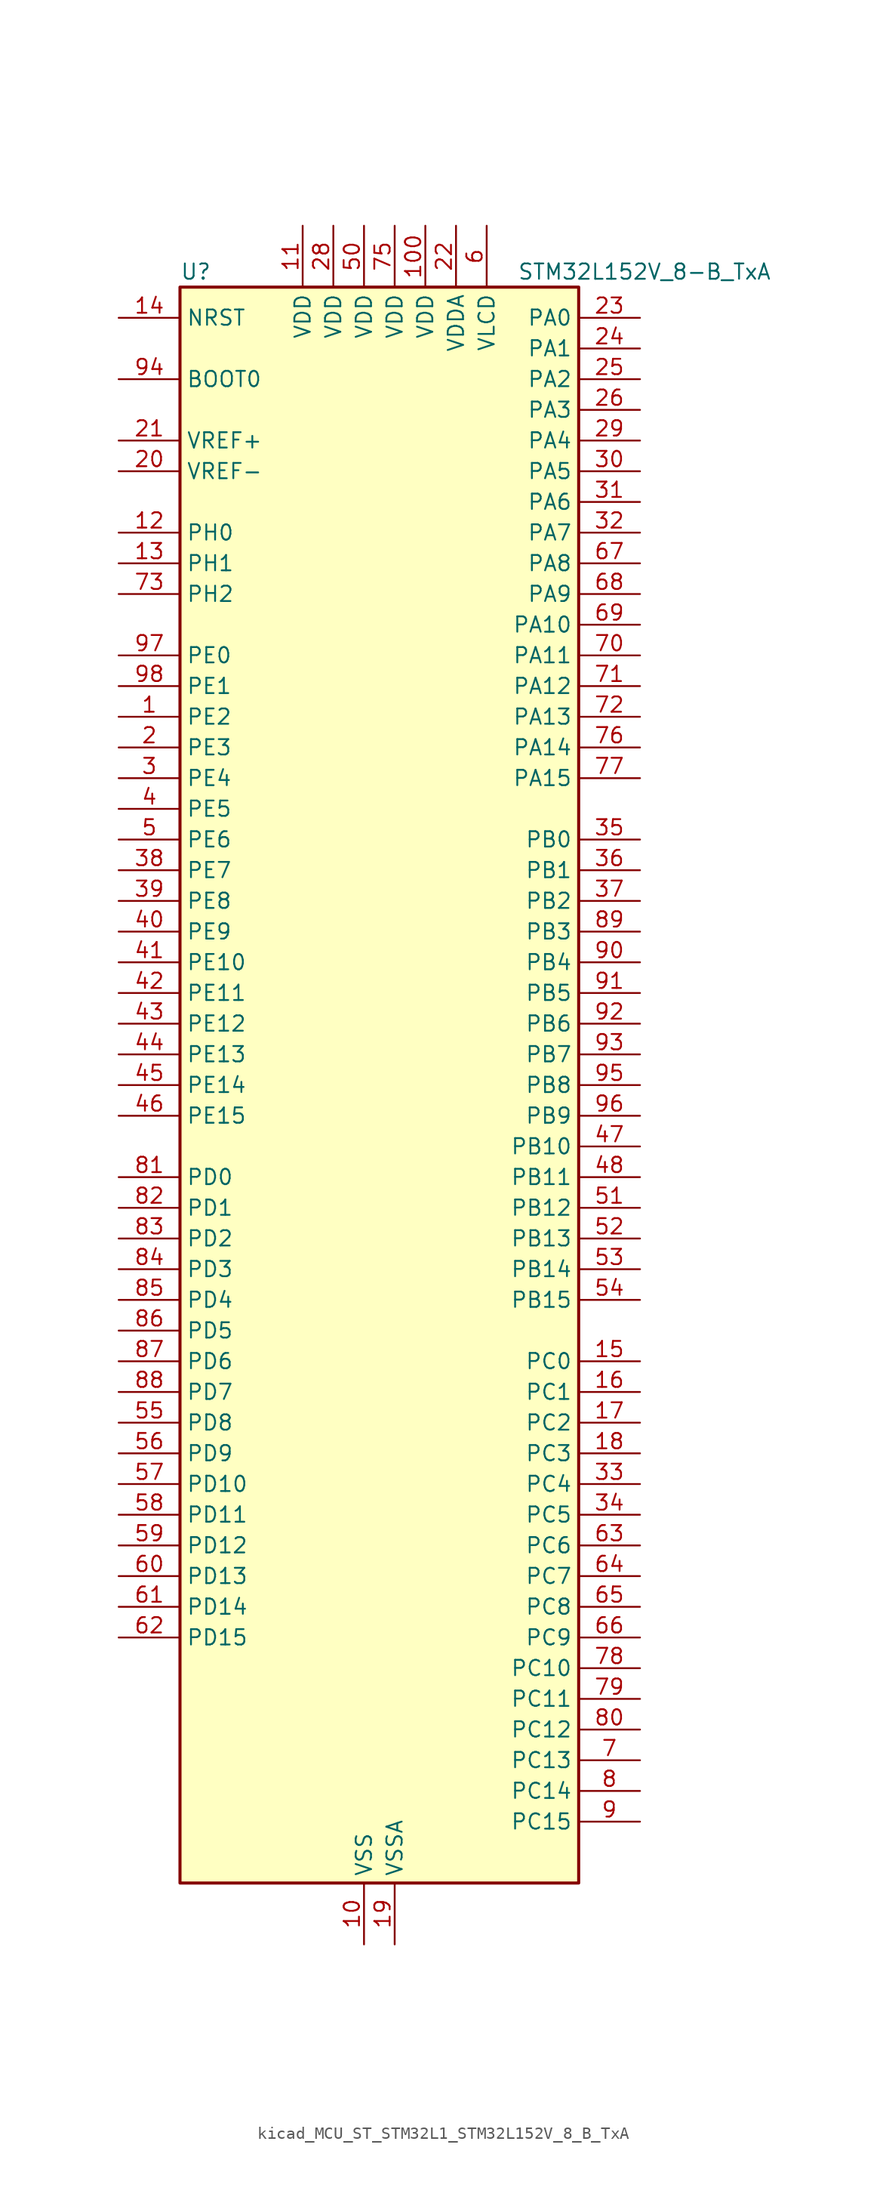
<source format=kicad_sym>
(kicad_symbol_lib
  (version 20220914)
  (generator kicad_symbol_editor)
  (symbol "kicad_MCU_ST_STM32L1_STM32L152V_8_B_TxA"
    (property "Reference" "U"
      (at -15.24 67.31 0)
      (effects (font (size 1.27 1.27)) (justify left)))
    (property "Value" "STM32L152V_8-B_TxA"
      (at 12.7 67.31 0)
      (effects (font (size 1.27 1.27)) (justify left)))
    (property "ki_locked" ""
      (at 0 0 0)
      (effects (font (size 1.27 1.27))))
    (symbol "kicad_MCU_ST_STM32L1_STM32L152V_8_B_TxA_0_1"
      (rectangle (start -15.24 -66.04) (end 17.78 66.04) (stroke (width 0.254) (type default)) (fill (type background))))
    (symbol "kicad_MCU_ST_STM32L1_STM32L152V_8_B_TxA_1_1"
      (pin bidirectional line (at -20.32 30.48 0) (length 5.08) (name "PE2" (effects (font (size 1.27 1.27)))) (number "1" (effects (font (size 1.27 1.27)))) (alternate "LCD_SEG38" bidirectional line) (alternate "SYS_TRACECK" bidirectional line) (alternate "TIM3_ETR" bidirectional line) (alternate "TIMX_IC3" bidirectional line))
      (pin power_in line (at 0 -71.12 90) (length 5.08) (name "VSS" (effects (font (size 1.27 1.27)))) (number "10" (effects (font (size 1.27 1.27)))))
      (pin power_in line (at 5.08 71.12 270) (length 5.08) (name "VDD" (effects (font (size 1.27 1.27)))) (number "100" (effects (font (size 1.27 1.27)))))
      (pin power_in line (at -5.08 71.12 270) (length 5.08) (name "VDD" (effects (font (size 1.27 1.27)))) (number "11" (effects (font (size 1.27 1.27)))))
      (pin bidirectional line (at -20.32 45.72 0) (length 5.08) (name "PH0" (effects (font (size 1.27 1.27)))) (number "12" (effects (font (size 1.27 1.27)))) (alternate "RCC_OSC_IN" bidirectional line))
      (pin bidirectional line (at -20.32 43.18 0) (length 5.08) (name "PH1" (effects (font (size 1.27 1.27)))) (number "13" (effects (font (size 1.27 1.27)))) (alternate "RCC_OSC_OUT" bidirectional line))
      (pin input line (at -20.32 63.5 0) (length 5.08) (name "NRST" (effects (font (size 1.27 1.27)))) (number "14" (effects (font (size 1.27 1.27)))))
      (pin bidirectional line (at 22.86 -22.86 180) (length 5.08) (name "PC0" (effects (font (size 1.27 1.27)))) (number "15" (effects (font (size 1.27 1.27)))) (alternate "ADC_IN10" bidirectional line) (alternate "COMP1_INP" bidirectional line) (alternate "LCD_SEG18" bidirectional line) (alternate "TIMX_IC1" bidirectional line) (alternate "TS_G8_IO1" bidirectional line))
      (pin bidirectional line (at 22.86 -25.4 180) (length 5.08) (name "PC1" (effects (font (size 1.27 1.27)))) (number "16" (effects (font (size 1.27 1.27)))) (alternate "ADC_IN11" bidirectional line) (alternate "COMP1_INP" bidirectional line) (alternate "LCD_SEG19" bidirectional line) (alternate "TIMX_IC2" bidirectional line) (alternate "TS_G8_IO2" bidirectional line))
      (pin bidirectional line (at 22.86 -27.94 180) (length 5.08) (name "PC2" (effects (font (size 1.27 1.27)))) (number "17" (effects (font (size 1.27 1.27)))) (alternate "ADC_IN12" bidirectional line) (alternate "COMP1_INP" bidirectional line) (alternate "LCD_SEG20" bidirectional line) (alternate "TIMX_IC3" bidirectional line) (alternate "TS_G8_IO3" bidirectional line))
      (pin bidirectional line (at 22.86 -30.48 180) (length 5.08) (name "PC3" (effects (font (size 1.27 1.27)))) (number "18" (effects (font (size 1.27 1.27)))) (alternate "ADC_IN13" bidirectional line) (alternate "COMP1_INP" bidirectional line) (alternate "LCD_SEG21" bidirectional line) (alternate "TIMX_IC4" bidirectional line) (alternate "TS_G8_IO4" bidirectional line))
      (pin power_in line (at 2.54 -71.12 90) (length 5.08) (name "VSSA" (effects (font (size 1.27 1.27)))) (number "19" (effects (font (size 1.27 1.27)))))
      (pin bidirectional line (at -20.32 27.94 0) (length 5.08) (name "PE3" (effects (font (size 1.27 1.27)))) (number "2" (effects (font (size 1.27 1.27)))) (alternate "LCD_SEG39" bidirectional line) (alternate "SYS_TRACED0" bidirectional line) (alternate "TIM3_CH1" bidirectional line) (alternate "TIMX_IC4" bidirectional line))
      (pin input line (at -20.32 50.8 0) (length 5.08) (name "VREF-" (effects (font (size 1.27 1.27)))) (number "20" (effects (font (size 1.27 1.27)))))
      (pin input line (at -20.32 53.34 0) (length 5.08) (name "VREF+" (effects (font (size 1.27 1.27)))) (number "21" (effects (font (size 1.27 1.27)))))
      (pin power_in line (at 7.62 71.12 270) (length 5.08) (name "VDDA" (effects (font (size 1.27 1.27)))) (number "22" (effects (font (size 1.27 1.27)))))
      (pin bidirectional line (at 22.86 63.5 180) (length 5.08) (name "PA0" (effects (font (size 1.27 1.27)))) (number "23" (effects (font (size 1.27 1.27)))) (alternate "ADC_IN0" bidirectional line) (alternate "COMP1_INP" bidirectional line) (alternate "RTC_TAMP2" bidirectional line) (alternate "SYS_WKUP1" bidirectional line) (alternate "TIM2_CH1" bidirectional line) (alternate "TIM2_ETR" bidirectional line) (alternate "TIMX_IC1" bidirectional line) (alternate "TS_G1_IO1" bidirectional line) (alternate "USART2_CTS" bidirectional line))
      (pin bidirectional line (at 22.86 60.96 180) (length 5.08) (name "PA1" (effects (font (size 1.27 1.27)))) (number "24" (effects (font (size 1.27 1.27)))) (alternate "ADC_IN1" bidirectional line) (alternate "COMP1_INP" bidirectional line) (alternate "LCD_SEG0" bidirectional line) (alternate "TIM2_CH2" bidirectional line) (alternate "TIMX_IC2" bidirectional line) (alternate "TS_G1_IO2" bidirectional line) (alternate "USART2_RTS" bidirectional line))
      (pin bidirectional line (at 22.86 58.42 180) (length 5.08) (name "PA2" (effects (font (size 1.27 1.27)))) (number "25" (effects (font (size 1.27 1.27)))) (alternate "ADC_IN2" bidirectional line) (alternate "COMP1_INP" bidirectional line) (alternate "LCD_SEG1" bidirectional line) (alternate "TIM2_CH3" bidirectional line) (alternate "TIM9_CH1" bidirectional line) (alternate "TIMX_IC3" bidirectional line) (alternate "TS_G1_IO3" bidirectional line) (alternate "USART2_TX" bidirectional line))
      (pin bidirectional line (at 22.86 55.88 180) (length 5.08) (name "PA3" (effects (font (size 1.27 1.27)))) (number "26" (effects (font (size 1.27 1.27)))) (alternate "ADC_IN3" bidirectional line) (alternate "COMP1_INP" bidirectional line) (alternate "LCD_SEG2" bidirectional line) (alternate "TIM2_CH4" bidirectional line) (alternate "TIM9_CH2" bidirectional line) (alternate "TIMX_IC4" bidirectional line) (alternate "TS_G1_IO4" bidirectional line) (alternate "USART2_RX" bidirectional line))
      (pin passive line (at 0 -71.12 90) (length 5.08) hide (name "VSS" (effects (font (size 1.27 1.27)))) (number "27" (effects (font (size 1.27 1.27)))))
      (pin power_in line (at -2.54 71.12 270) (length 5.08) (name "VDD" (effects (font (size 1.27 1.27)))) (number "28" (effects (font (size 1.27 1.27)))))
      (pin bidirectional line (at 22.86 53.34 180) (length 5.08) (name "PA4" (effects (font (size 1.27 1.27)))) (number "29" (effects (font (size 1.27 1.27)))) (alternate "ADC_IN4" bidirectional line) (alternate "COMP1_INP" bidirectional line) (alternate "DAC_OUT1" bidirectional line) (alternate "SPI1_NSS" bidirectional line) (alternate "TIMX_IC1" bidirectional line) (alternate "USART2_CK" bidirectional line))
      (pin bidirectional line (at -20.32 25.4 0) (length 5.08) (name "PE4" (effects (font (size 1.27 1.27)))) (number "3" (effects (font (size 1.27 1.27)))) (alternate "SYS_TRACED1" bidirectional line) (alternate "TIM3_CH2" bidirectional line) (alternate "TIMX_IC1" bidirectional line))
      (pin bidirectional line (at 22.86 50.8 180) (length 5.08) (name "PA5" (effects (font (size 1.27 1.27)))) (number "30" (effects (font (size 1.27 1.27)))) (alternate "ADC_IN5" bidirectional line) (alternate "COMP1_INP" bidirectional line) (alternate "DAC_OUT2" bidirectional line) (alternate "SPI1_SCK" bidirectional line) (alternate "TIM2_CH1" bidirectional line) (alternate "TIM2_ETR" bidirectional line) (alternate "TIMX_IC2" bidirectional line))
      (pin bidirectional line (at 22.86 48.26 180) (length 5.08) (name "PA6" (effects (font (size 1.27 1.27)))) (number "31" (effects (font (size 1.27 1.27)))) (alternate "ADC_IN6" bidirectional line) (alternate "COMP1_INP" bidirectional line) (alternate "LCD_SEG3" bidirectional line) (alternate "SPI1_MISO" bidirectional line) (alternate "TIM10_CH1" bidirectional line) (alternate "TIM3_CH1" bidirectional line) (alternate "TIMX_IC3" bidirectional line) (alternate "TS_G2_IO1" bidirectional line))
      (pin bidirectional line (at 22.86 45.72 180) (length 5.08) (name "PA7" (effects (font (size 1.27 1.27)))) (number "32" (effects (font (size 1.27 1.27)))) (alternate "ADC_IN7" bidirectional line) (alternate "COMP1_INP" bidirectional line) (alternate "LCD_SEG4" bidirectional line) (alternate "SPI1_MOSI" bidirectional line) (alternate "TIM11_CH1" bidirectional line) (alternate "TIM3_CH2" bidirectional line) (alternate "TIMX_IC4" bidirectional line) (alternate "TS_G2_IO2" bidirectional line))
      (pin bidirectional line (at 22.86 -33.02 180) (length 5.08) (name "PC4" (effects (font (size 1.27 1.27)))) (number "33" (effects (font (size 1.27 1.27)))) (alternate "ADC_IN14" bidirectional line) (alternate "COMP1_INP" bidirectional line) (alternate "LCD_SEG22" bidirectional line) (alternate "TIMX_IC1" bidirectional line) (alternate "TS_G9_IO1" bidirectional line))
      (pin bidirectional line (at 22.86 -35.56 180) (length 5.08) (name "PC5" (effects (font (size 1.27 1.27)))) (number "34" (effects (font (size 1.27 1.27)))) (alternate "ADC_IN15" bidirectional line) (alternate "COMP1_INP" bidirectional line) (alternate "LCD_SEG23" bidirectional line) (alternate "TIMX_IC2" bidirectional line) (alternate "TS_G9_IO2" bidirectional line))
      (pin bidirectional line (at 22.86 20.32 180) (length 5.08) (name "PB0" (effects (font (size 1.27 1.27)))) (number "35" (effects (font (size 1.27 1.27)))) (alternate "ADC_IN8" bidirectional line) (alternate "COMP1_INP" bidirectional line) (alternate "LCD_SEG5" bidirectional line) (alternate "SYS_V_REF_OUT" bidirectional line) (alternate "TIM3_CH3" bidirectional line) (alternate "TS_G3_IO1" bidirectional line))
      (pin bidirectional line (at 22.86 17.78 180) (length 5.08) (name "PB1" (effects (font (size 1.27 1.27)))) (number "36" (effects (font (size 1.27 1.27)))) (alternate "ADC_IN9" bidirectional line) (alternate "COMP1_INP" bidirectional line) (alternate "LCD_SEG6" bidirectional line) (alternate "SYS_V_REF_OUT" bidirectional line) (alternate "TIM3_CH4" bidirectional line) (alternate "TS_G3_IO2" bidirectional line))
      (pin bidirectional line (at 22.86 15.24 180) (length 5.08) (name "PB2" (effects (font (size 1.27 1.27)))) (number "37" (effects (font (size 1.27 1.27)))) (alternate "TS_G3_IO3" bidirectional line))
      (pin bidirectional line (at -20.32 17.78 0) (length 5.08) (name "PE7" (effects (font (size 1.27 1.27)))) (number "38" (effects (font (size 1.27 1.27)))) (alternate "ADC_IN22" bidirectional line) (alternate "COMP1_INP" bidirectional line) (alternate "TIMX_IC4" bidirectional line))
      (pin bidirectional line (at -20.32 15.24 0) (length 5.08) (name "PE8" (effects (font (size 1.27 1.27)))) (number "39" (effects (font (size 1.27 1.27)))) (alternate "ADC_IN23" bidirectional line) (alternate "COMP1_INP" bidirectional line) (alternate "TIMX_IC1" bidirectional line))
      (pin bidirectional line (at -20.32 22.86 0) (length 5.08) (name "PE5" (effects (font (size 1.27 1.27)))) (number "4" (effects (font (size 1.27 1.27)))) (alternate "SYS_TRACED2" bidirectional line) (alternate "TIM9_CH1" bidirectional line) (alternate "TIMX_IC2" bidirectional line))
      (pin bidirectional line (at -20.32 12.7 0) (length 5.08) (name "PE9" (effects (font (size 1.27 1.27)))) (number "40" (effects (font (size 1.27 1.27)))) (alternate "ADC_IN24" bidirectional line) (alternate "COMP1_INP" bidirectional line) (alternate "DAC_EXTI9" bidirectional line) (alternate "TIM2_CH1" bidirectional line) (alternate "TIM2_ETR" bidirectional line) (alternate "TIMX_IC2" bidirectional line))
      (pin bidirectional line (at -20.32 10.16 0) (length 5.08) (name "PE10" (effects (font (size 1.27 1.27)))) (number "41" (effects (font (size 1.27 1.27)))) (alternate "ADC_IN25" bidirectional line) (alternate "COMP1_INP" bidirectional line) (alternate "TIM2_CH2" bidirectional line) (alternate "TIMX_IC3" bidirectional line))
      (pin bidirectional line (at -20.32 7.62 0) (length 5.08) (name "PE11" (effects (font (size 1.27 1.27)))) (number "42" (effects (font (size 1.27 1.27)))) (alternate "ADC_EXTI11" bidirectional line) (alternate "TIM2_CH3" bidirectional line) (alternate "TIMX_IC4" bidirectional line))
      (pin bidirectional line (at -20.32 5.08 0) (length 5.08) (name "PE12" (effects (font (size 1.27 1.27)))) (number "43" (effects (font (size 1.27 1.27)))) (alternate "SPI1_NSS" bidirectional line) (alternate "TIM2_CH4" bidirectional line) (alternate "TIMX_IC1" bidirectional line))
      (pin bidirectional line (at -20.32 2.54 0) (length 5.08) (name "PE13" (effects (font (size 1.27 1.27)))) (number "44" (effects (font (size 1.27 1.27)))) (alternate "SPI1_SCK" bidirectional line) (alternate "TIMX_IC2" bidirectional line))
      (pin bidirectional line (at -20.32 0 0) (length 5.08) (name "PE14" (effects (font (size 1.27 1.27)))) (number "45" (effects (font (size 1.27 1.27)))) (alternate "SPI1_MISO" bidirectional line) (alternate "TIMX_IC3" bidirectional line))
      (pin bidirectional line (at -20.32 -2.54 0) (length 5.08) (name "PE15" (effects (font (size 1.27 1.27)))) (number "46" (effects (font (size 1.27 1.27)))) (alternate "ADC_EXTI15" bidirectional line) (alternate "SPI1_MOSI" bidirectional line) (alternate "TIMX_IC4" bidirectional line))
      (pin bidirectional line (at 22.86 -5.08 180) (length 5.08) (name "PB10" (effects (font (size 1.27 1.27)))) (number "47" (effects (font (size 1.27 1.27)))) (alternate "I2C2_SCL" bidirectional line) (alternate "LCD_SEG10" bidirectional line) (alternate "TIM2_CH3" bidirectional line) (alternate "USART3_TX" bidirectional line))
      (pin bidirectional line (at 22.86 -7.62 180) (length 5.08) (name "PB11" (effects (font (size 1.27 1.27)))) (number "48" (effects (font (size 1.27 1.27)))) (alternate "ADC_EXTI11" bidirectional line) (alternate "I2C2_SDA" bidirectional line) (alternate "LCD_SEG11" bidirectional line) (alternate "TIM2_CH4" bidirectional line) (alternate "USART3_RX" bidirectional line))
      (pin passive line (at 0 -71.12 90) (length 5.08) hide (name "VSS" (effects (font (size 1.27 1.27)))) (number "49" (effects (font (size 1.27 1.27)))))
      (pin bidirectional line (at -20.32 20.32 0) (length 5.08) (name "PE6" (effects (font (size 1.27 1.27)))) (number "5" (effects (font (size 1.27 1.27)))) (alternate "RTC_TAMP3" bidirectional line) (alternate "SYS_TRACED3" bidirectional line) (alternate "SYS_WKUP3" bidirectional line) (alternate "TIM9_CH2" bidirectional line) (alternate "TIMX_IC3" bidirectional line))
      (pin power_in line (at 0 71.12 270) (length 5.08) (name "VDD" (effects (font (size 1.27 1.27)))) (number "50" (effects (font (size 1.27 1.27)))))
      (pin bidirectional line (at 22.86 -10.16 180) (length 5.08) (name "PB12" (effects (font (size 1.27 1.27)))) (number "51" (effects (font (size 1.27 1.27)))) (alternate "ADC_IN18" bidirectional line) (alternate "COMP1_INP" bidirectional line) (alternate "I2C2_SMBA" bidirectional line) (alternate "LCD_SEG12" bidirectional line) (alternate "SPI2_NSS" bidirectional line) (alternate "TIM10_CH1" bidirectional line) (alternate "TS_G7_IO1" bidirectional line) (alternate "USART3_CK" bidirectional line))
      (pin bidirectional line (at 22.86 -12.7 180) (length 5.08) (name "PB13" (effects (font (size 1.27 1.27)))) (number "52" (effects (font (size 1.27 1.27)))) (alternate "ADC_IN19" bidirectional line) (alternate "COMP1_INP" bidirectional line) (alternate "LCD_SEG13" bidirectional line) (alternate "SPI2_SCK" bidirectional line) (alternate "TIM9_CH1" bidirectional line) (alternate "TS_G7_IO2" bidirectional line) (alternate "USART3_CTS" bidirectional line))
      (pin bidirectional line (at 22.86 -15.24 180) (length 5.08) (name "PB14" (effects (font (size 1.27 1.27)))) (number "53" (effects (font (size 1.27 1.27)))) (alternate "ADC_IN20" bidirectional line) (alternate "COMP1_INP" bidirectional line) (alternate "LCD_SEG14" bidirectional line) (alternate "SPI2_MISO" bidirectional line) (alternate "TIM9_CH2" bidirectional line) (alternate "TS_G7_IO3" bidirectional line) (alternate "USART3_RTS" bidirectional line))
      (pin bidirectional line (at 22.86 -17.78 180) (length 5.08) (name "PB15" (effects (font (size 1.27 1.27)))) (number "54" (effects (font (size 1.27 1.27)))) (alternate "ADC_EXTI15" bidirectional line) (alternate "ADC_IN21" bidirectional line) (alternate "COMP1_INP" bidirectional line) (alternate "LCD_SEG15" bidirectional line) (alternate "RTC_REFIN" bidirectional line) (alternate "SPI2_MOSI" bidirectional line) (alternate "TIM11_CH1" bidirectional line) (alternate "TS_G7_IO4" bidirectional line))
      (pin bidirectional line (at -20.32 -27.94 0) (length 5.08) (name "PD8" (effects (font (size 1.27 1.27)))) (number "55" (effects (font (size 1.27 1.27)))) (alternate "LCD_SEG28" bidirectional line) (alternate "TIMX_IC1" bidirectional line) (alternate "USART3_TX" bidirectional line))
      (pin bidirectional line (at -20.32 -30.48 0) (length 5.08) (name "PD9" (effects (font (size 1.27 1.27)))) (number "56" (effects (font (size 1.27 1.27)))) (alternate "DAC_EXTI9" bidirectional line) (alternate "LCD_SEG29" bidirectional line) (alternate "TIMX_IC2" bidirectional line) (alternate "USART3_RX" bidirectional line))
      (pin bidirectional line (at -20.32 -33.02 0) (length 5.08) (name "PD10" (effects (font (size 1.27 1.27)))) (number "57" (effects (font (size 1.27 1.27)))) (alternate "LCD_SEG30" bidirectional line) (alternate "TIMX_IC3" bidirectional line) (alternate "USART3_CK" bidirectional line))
      (pin bidirectional line (at -20.32 -35.56 0) (length 5.08) (name "PD11" (effects (font (size 1.27 1.27)))) (number "58" (effects (font (size 1.27 1.27)))) (alternate "ADC_EXTI11" bidirectional line) (alternate "LCD_SEG31" bidirectional line) (alternate "TIMX_IC4" bidirectional line) (alternate "USART3_CTS" bidirectional line))
      (pin bidirectional line (at -20.32 -38.1 0) (length 5.08) (name "PD12" (effects (font (size 1.27 1.27)))) (number "59" (effects (font (size 1.27 1.27)))) (alternate "LCD_SEG32" bidirectional line) (alternate "TIM4_CH1" bidirectional line) (alternate "TIMX_IC1" bidirectional line) (alternate "USART3_RTS" bidirectional line))
      (pin power_in line (at 10.16 71.12 270) (length 5.08) (name "VLCD" (effects (font (size 1.27 1.27)))) (number "6" (effects (font (size 1.27 1.27)))))
      (pin bidirectional line (at -20.32 -40.64 0) (length 5.08) (name "PD13" (effects (font (size 1.27 1.27)))) (number "60" (effects (font (size 1.27 1.27)))) (alternate "LCD_SEG33" bidirectional line) (alternate "TIM4_CH2" bidirectional line) (alternate "TIMX_IC2" bidirectional line))
      (pin bidirectional line (at -20.32 -43.18 0) (length 5.08) (name "PD14" (effects (font (size 1.27 1.27)))) (number "61" (effects (font (size 1.27 1.27)))) (alternate "LCD_SEG34" bidirectional line) (alternate "TIM4_CH3" bidirectional line) (alternate "TIMX_IC3" bidirectional line))
      (pin bidirectional line (at -20.32 -45.72 0) (length 5.08) (name "PD15" (effects (font (size 1.27 1.27)))) (number "62" (effects (font (size 1.27 1.27)))) (alternate "ADC_EXTI15" bidirectional line) (alternate "LCD_SEG35" bidirectional line) (alternate "TIM4_CH4" bidirectional line) (alternate "TIMX_IC4" bidirectional line))
      (pin bidirectional line (at 22.86 -38.1 180) (length 5.08) (name "PC6" (effects (font (size 1.27 1.27)))) (number "63" (effects (font (size 1.27 1.27)))) (alternate "LCD_SEG24" bidirectional line) (alternate "TIM3_CH1" bidirectional line) (alternate "TIMX_IC3" bidirectional line) (alternate "TS_G10_IO1" bidirectional line))
      (pin bidirectional line (at 22.86 -40.64 180) (length 5.08) (name "PC7" (effects (font (size 1.27 1.27)))) (number "64" (effects (font (size 1.27 1.27)))) (alternate "LCD_SEG25" bidirectional line) (alternate "TIM3_CH2" bidirectional line) (alternate "TIMX_IC4" bidirectional line) (alternate "TS_G10_IO2" bidirectional line))
      (pin bidirectional line (at 22.86 -43.18 180) (length 5.08) (name "PC8" (effects (font (size 1.27 1.27)))) (number "65" (effects (font (size 1.27 1.27)))) (alternate "LCD_SEG26" bidirectional line) (alternate "TIM3_CH3" bidirectional line) (alternate "TIMX_IC1" bidirectional line) (alternate "TS_G10_IO3" bidirectional line))
      (pin bidirectional line (at 22.86 -45.72 180) (length 5.08) (name "PC9" (effects (font (size 1.27 1.27)))) (number "66" (effects (font (size 1.27 1.27)))) (alternate "DAC_EXTI9" bidirectional line) (alternate "LCD_SEG27" bidirectional line) (alternate "TIM3_CH4" bidirectional line) (alternate "TIMX_IC2" bidirectional line) (alternate "TS_G10_IO4" bidirectional line))
      (pin bidirectional line (at 22.86 43.18 180) (length 5.08) (name "PA8" (effects (font (size 1.27 1.27)))) (number "67" (effects (font (size 1.27 1.27)))) (alternate "LCD_COM0" bidirectional line) (alternate "RCC_MCO" bidirectional line) (alternate "TIMX_IC1" bidirectional line) (alternate "TS_G4_IO1" bidirectional line) (alternate "USART1_CK" bidirectional line))
      (pin bidirectional line (at 22.86 40.64 180) (length 5.08) (name "PA9" (effects (font (size 1.27 1.27)))) (number "68" (effects (font (size 1.27 1.27)))) (alternate "DAC_EXTI9" bidirectional line) (alternate "LCD_COM1" bidirectional line) (alternate "TIMX_IC2" bidirectional line) (alternate "TS_G4_IO2" bidirectional line) (alternate "USART1_TX" bidirectional line))
      (pin bidirectional line (at 22.86 38.1 180) (length 5.08) (name "PA10" (effects (font (size 1.27 1.27)))) (number "69" (effects (font (size 1.27 1.27)))) (alternate "LCD_COM2" bidirectional line) (alternate "TIMX_IC3" bidirectional line) (alternate "TS_G4_IO3" bidirectional line) (alternate "USART1_RX" bidirectional line))
      (pin bidirectional line (at 22.86 -55.88 180) (length 5.08) (name "PC13" (effects (font (size 1.27 1.27)))) (number "7" (effects (font (size 1.27 1.27)))) (alternate "RTC_OUT_ALARM" bidirectional line) (alternate "RTC_OUT_CALIB" bidirectional line) (alternate "RTC_TAMP1" bidirectional line) (alternate "RTC_TS" bidirectional line) (alternate "SYS_WKUP2" bidirectional line) (alternate "TIMX_IC2" bidirectional line))
      (pin bidirectional line (at 22.86 35.56 180) (length 5.08) (name "PA11" (effects (font (size 1.27 1.27)))) (number "70" (effects (font (size 1.27 1.27)))) (alternate "ADC_EXTI11" bidirectional line) (alternate "SPI1_MISO" bidirectional line) (alternate "TIMX_IC4" bidirectional line) (alternate "USART1_CTS" bidirectional line) (alternate "USB_DM" bidirectional line))
      (pin bidirectional line (at 22.86 33.02 180) (length 5.08) (name "PA12" (effects (font (size 1.27 1.27)))) (number "71" (effects (font (size 1.27 1.27)))) (alternate "SPI1_MOSI" bidirectional line) (alternate "TIMX_IC1" bidirectional line) (alternate "USART1_RTS" bidirectional line) (alternate "USB_DP" bidirectional line))
      (pin bidirectional line (at 22.86 30.48 180) (length 5.08) (name "PA13" (effects (font (size 1.27 1.27)))) (number "72" (effects (font (size 1.27 1.27)))) (alternate "SYS_JTMS-SWDIO" bidirectional line) (alternate "TIMX_IC2" bidirectional line) (alternate "TS_G5_IO1" bidirectional line))
      (pin bidirectional line (at -20.32 40.64 0) (length 5.08) (name "PH2" (effects (font (size 1.27 1.27)))) (number "73" (effects (font (size 1.27 1.27)))))
      (pin passive line (at 0 -71.12 90) (length 5.08) hide (name "VSS" (effects (font (size 1.27 1.27)))) (number "74" (effects (font (size 1.27 1.27)))))
      (pin power_in line (at 2.54 71.12 270) (length 5.08) (name "VDD" (effects (font (size 1.27 1.27)))) (number "75" (effects (font (size 1.27 1.27)))))
      (pin bidirectional line (at 22.86 27.94 180) (length 5.08) (name "PA14" (effects (font (size 1.27 1.27)))) (number "76" (effects (font (size 1.27 1.27)))) (alternate "SYS_JTCK-SWCLK" bidirectional line) (alternate "TIMX_IC3" bidirectional line) (alternate "TS_G5_IO2" bidirectional line))
      (pin bidirectional line (at 22.86 25.4 180) (length 5.08) (name "PA15" (effects (font (size 1.27 1.27)))) (number "77" (effects (font (size 1.27 1.27)))) (alternate "ADC_EXTI15" bidirectional line) (alternate "LCD_SEG17" bidirectional line) (alternate "SPI1_NSS" bidirectional line) (alternate "SYS_JTDI" bidirectional line) (alternate "TIM2_CH1" bidirectional line) (alternate "TIM2_ETR" bidirectional line) (alternate "TIMX_IC4" bidirectional line) (alternate "TS_G5_IO3" bidirectional line))
      (pin bidirectional line (at 22.86 -48.26 180) (length 5.08) (name "PC10" (effects (font (size 1.27 1.27)))) (number "78" (effects (font (size 1.27 1.27)))) (alternate "LCD_COM4" bidirectional line) (alternate "LCD_SEG28" bidirectional line) (alternate "LCD_SEG40" bidirectional line) (alternate "TIMX_IC3" bidirectional line) (alternate "USART3_TX" bidirectional line))
      (pin bidirectional line (at 22.86 -50.8 180) (length 5.08) (name "PC11" (effects (font (size 1.27 1.27)))) (number "79" (effects (font (size 1.27 1.27)))) (alternate "ADC_EXTI11" bidirectional line) (alternate "LCD_COM5" bidirectional line) (alternate "LCD_SEG29" bidirectional line) (alternate "LCD_SEG41" bidirectional line) (alternate "TIMX_IC4" bidirectional line) (alternate "USART3_RX" bidirectional line))
      (pin bidirectional line (at 22.86 -58.42 180) (length 5.08) (name "PC14" (effects (font (size 1.27 1.27)))) (number "8" (effects (font (size 1.27 1.27)))) (alternate "RCC_OSC32_IN" bidirectional line) (alternate "TIMX_IC3" bidirectional line))
      (pin bidirectional line (at 22.86 -53.34 180) (length 5.08) (name "PC12" (effects (font (size 1.27 1.27)))) (number "80" (effects (font (size 1.27 1.27)))) (alternate "LCD_COM6" bidirectional line) (alternate "LCD_SEG30" bidirectional line) (alternate "LCD_SEG42" bidirectional line) (alternate "TIMX_IC1" bidirectional line) (alternate "USART3_CK" bidirectional line))
      (pin bidirectional line (at -20.32 -7.62 0) (length 5.08) (name "PD0" (effects (font (size 1.27 1.27)))) (number "81" (effects (font (size 1.27 1.27)))) (alternate "SPI2_NSS" bidirectional line) (alternate "TIM9_CH1" bidirectional line) (alternate "TIMX_IC1" bidirectional line))
      (pin bidirectional line (at -20.32 -10.16 0) (length 5.08) (name "PD1" (effects (font (size 1.27 1.27)))) (number "82" (effects (font (size 1.27 1.27)))) (alternate "SPI2_SCK" bidirectional line) (alternate "TIMX_IC2" bidirectional line))
      (pin bidirectional line (at -20.32 -12.7 0) (length 5.08) (name "PD2" (effects (font (size 1.27 1.27)))) (number "83" (effects (font (size 1.27 1.27)))) (alternate "LCD_COM7" bidirectional line) (alternate "LCD_SEG31" bidirectional line) (alternate "LCD_SEG43" bidirectional line) (alternate "TIM3_ETR" bidirectional line) (alternate "TIMX_IC3" bidirectional line))
      (pin bidirectional line (at -20.32 -15.24 0) (length 5.08) (name "PD3" (effects (font (size 1.27 1.27)))) (number "84" (effects (font (size 1.27 1.27)))) (alternate "SPI2_MISO" bidirectional line) (alternate "TIMX_IC4" bidirectional line) (alternate "USART2_CTS" bidirectional line))
      (pin bidirectional line (at -20.32 -17.78 0) (length 5.08) (name "PD4" (effects (font (size 1.27 1.27)))) (number "85" (effects (font (size 1.27 1.27)))) (alternate "SPI2_MOSI" bidirectional line) (alternate "TIMX_IC1" bidirectional line) (alternate "USART2_RTS" bidirectional line))
      (pin bidirectional line (at -20.32 -20.32 0) (length 5.08) (name "PD5" (effects (font (size 1.27 1.27)))) (number "86" (effects (font (size 1.27 1.27)))) (alternate "TIMX_IC2" bidirectional line) (alternate "USART2_TX" bidirectional line))
      (pin bidirectional line (at -20.32 -22.86 0) (length 5.08) (name "PD6" (effects (font (size 1.27 1.27)))) (number "87" (effects (font (size 1.27 1.27)))) (alternate "TIMX_IC3" bidirectional line) (alternate "USART2_RX" bidirectional line))
      (pin bidirectional line (at -20.32 -25.4 0) (length 5.08) (name "PD7" (effects (font (size 1.27 1.27)))) (number "88" (effects (font (size 1.27 1.27)))) (alternate "TIM9_CH2" bidirectional line) (alternate "TIMX_IC4" bidirectional line) (alternate "USART2_CK" bidirectional line))
      (pin bidirectional line (at 22.86 12.7 180) (length 5.08) (name "PB3" (effects (font (size 1.27 1.27)))) (number "89" (effects (font (size 1.27 1.27)))) (alternate "COMP2_INM" bidirectional line) (alternate "LCD_SEG7" bidirectional line) (alternate "SPI1_SCK" bidirectional line) (alternate "SYS_JTDO-TRACESWO" bidirectional line) (alternate "TIM2_CH2" bidirectional line))
      (pin bidirectional line (at 22.86 -60.96 180) (length 5.08) (name "PC15" (effects (font (size 1.27 1.27)))) (number "9" (effects (font (size 1.27 1.27)))) (alternate "ADC_EXTI15" bidirectional line) (alternate "RCC_OSC32_OUT" bidirectional line) (alternate "TIMX_IC4" bidirectional line))
      (pin bidirectional line (at 22.86 10.16 180) (length 5.08) (name "PB4" (effects (font (size 1.27 1.27)))) (number "90" (effects (font (size 1.27 1.27)))) (alternate "COMP2_INP" bidirectional line) (alternate "LCD_SEG8" bidirectional line) (alternate "SPI1_MISO" bidirectional line) (alternate "SYS_JTRST" bidirectional line) (alternate "TIM3_CH1" bidirectional line) (alternate "TS_G6_IO1" bidirectional line))
      (pin bidirectional line (at 22.86 7.62 180) (length 5.08) (name "PB5" (effects (font (size 1.27 1.27)))) (number "91" (effects (font (size 1.27 1.27)))) (alternate "COMP2_INP" bidirectional line) (alternate "I2C1_SMBA" bidirectional line) (alternate "LCD_SEG9" bidirectional line) (alternate "SPI1_MOSI" bidirectional line) (alternate "TIM3_CH2" bidirectional line) (alternate "TS_G6_IO2" bidirectional line))
      (pin bidirectional line (at 22.86 5.08 180) (length 5.08) (name "PB6" (effects (font (size 1.27 1.27)))) (number "92" (effects (font (size 1.27 1.27)))) (alternate "I2C1_SCL" bidirectional line) (alternate "TIM4_CH1" bidirectional line) (alternate "TS_G6_IO3" bidirectional line) (alternate "USART1_TX" bidirectional line))
      (pin bidirectional line (at 22.86 2.54 180) (length 5.08) (name "PB7" (effects (font (size 1.27 1.27)))) (number "93" (effects (font (size 1.27 1.27)))) (alternate "I2C1_SDA" bidirectional line) (alternate "SYS_PVD_IN" bidirectional line) (alternate "TIM4_CH2" bidirectional line) (alternate "TS_G6_IO4" bidirectional line) (alternate "USART1_RX" bidirectional line))
      (pin input line (at -20.32 58.42 0) (length 5.08) (name "BOOT0" (effects (font (size 1.27 1.27)))) (number "94" (effects (font (size 1.27 1.27)))))
      (pin bidirectional line (at 22.86 0 180) (length 5.08) (name "PB8" (effects (font (size 1.27 1.27)))) (number "95" (effects (font (size 1.27 1.27)))) (alternate "I2C1_SCL" bidirectional line) (alternate "LCD_SEG16" bidirectional line) (alternate "TIM10_CH1" bidirectional line) (alternate "TIM4_CH3" bidirectional line))
      (pin bidirectional line (at 22.86 -2.54 180) (length 5.08) (name "PB9" (effects (font (size 1.27 1.27)))) (number "96" (effects (font (size 1.27 1.27)))) (alternate "DAC_EXTI9" bidirectional line) (alternate "I2C1_SDA" bidirectional line) (alternate "LCD_COM3" bidirectional line) (alternate "TIM11_CH1" bidirectional line) (alternate "TIM4_CH4" bidirectional line))
      (pin bidirectional line (at -20.32 35.56 0) (length 5.08) (name "PE0" (effects (font (size 1.27 1.27)))) (number "97" (effects (font (size 1.27 1.27)))) (alternate "LCD_SEG36" bidirectional line) (alternate "TIM10_CH1" bidirectional line) (alternate "TIM4_ETR" bidirectional line) (alternate "TIMX_IC1" bidirectional line))
      (pin bidirectional line (at -20.32 33.02 0) (length 5.08) (name "PE1" (effects (font (size 1.27 1.27)))) (number "98" (effects (font (size 1.27 1.27)))) (alternate "LCD_SEG37" bidirectional line) (alternate "TIM11_CH1" bidirectional line) (alternate "TIMX_IC2" bidirectional line))
      (pin passive line (at 0 -71.12 90) (length 5.08) hide (name "VSS" (effects (font (size 1.27 1.27)))) (number "99" (effects (font (size 1.27 1.27))))))))
</source>
